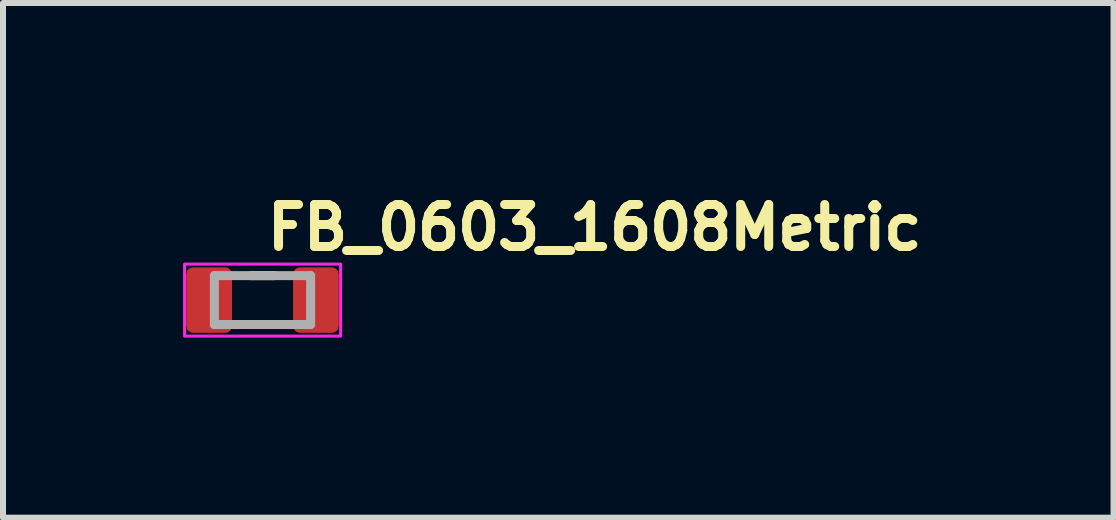
<source format=kicad_pcb>
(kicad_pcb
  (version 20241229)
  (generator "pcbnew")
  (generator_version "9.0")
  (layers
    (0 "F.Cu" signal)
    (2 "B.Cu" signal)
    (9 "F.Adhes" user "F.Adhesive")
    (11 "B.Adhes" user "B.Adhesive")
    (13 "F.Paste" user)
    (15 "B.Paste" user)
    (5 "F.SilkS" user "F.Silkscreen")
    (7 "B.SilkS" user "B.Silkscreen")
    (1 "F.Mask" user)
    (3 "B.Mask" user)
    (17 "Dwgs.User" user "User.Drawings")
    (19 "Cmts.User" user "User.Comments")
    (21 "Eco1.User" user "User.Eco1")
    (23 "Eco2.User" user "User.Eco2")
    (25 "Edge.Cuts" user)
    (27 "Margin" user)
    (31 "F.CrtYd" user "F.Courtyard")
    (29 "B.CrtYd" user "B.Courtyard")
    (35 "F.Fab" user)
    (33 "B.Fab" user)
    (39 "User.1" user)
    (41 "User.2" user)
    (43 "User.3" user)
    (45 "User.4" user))
  (footprint "FB_0603_1608Metric"
    (layer "F.Cu")
    (at 1.325 1.95)
    (property "Reference" "FB_0603_1608Metric" (at 0 -0.8 0) (layer "F.SilkS") (effects (font (size 0.7 0.7) (thickness 0.15)) (justify left bottom)))
    (attr smd)
    (fp_line (start -0.196 -0.408) (end 0.193 -0.408) (stroke (width 0.15) (type solid)) (layer "F.SilkS"))
    (fp_line (start -0.196 0.406) (end 0.193 0.406) (stroke (width 0.15) (type solid)) (layer "F.SilkS"))
    (fp_rect (start -1.3 -0.6) (end 1.3 0.6) (stroke (width 0.05) (type solid)) (fill no) (layer "F.CrtYd"))
    (fp_line (start -0.803 0.406) (end -0.803 -0.408) (stroke (width 0.15) (type solid)) (layer "F.Fab"))
    (fp_line (start 0.8 -0.408) (end -0.803 -0.408) (stroke (width 0.15) (type solid)) (layer "F.Fab"))
    (fp_line (start 0.8 -0.408) (end 0.8 0.406) (stroke (width 0.15) (type solid)) (layer "F.Fab"))
    (fp_line (start 0.8 0.406) (end -0.803 0.406) (stroke (width 0.15) (type solid)) (layer "F.Fab"))
    (fp_rect (start -0.802 -0.402) (end 0.8 0.4) (stroke (width 0.1) (type solid)) (fill no) (layer "User.5"))
    (fp_line (start -0.802 -0.392) (end -0.802 -0.392) (stroke (width 0.02) (type solid)) (layer "User.9"))
    (fp_line (start -0.802 -0.392) (end -0.801 -0.391) (stroke (width 0.02) (type solid)) (layer "User.9"))
    (fp_line (start -0.802 0.39) (end -0.802 -0.392) (stroke (width 0.02) (type solid)) (layer "User.9"))
    (fp_line (start -0.802 0.39) (end -0.802 0.39) (stroke (width 0.02) (type solid)) (layer "User.9"))
    (fp_line (start -0.802 0.39) (end -0.801 0.39) (stroke (width 0.02) (type solid)) (layer "User.9"))
    (fp_line (start -0.801 -0.396) (end -0.801 -0.395) (stroke (width 0.02) (type solid)) (layer "User.9"))
    (fp_line (start -0.801 -0.395) (end -0.801 -0.395) (stroke (width 0.02) (type solid)) (layer "User.9"))
    (fp_line (start -0.801 -0.395) (end -0.801 -0.394) (stroke (width 0.02) (type solid)) (layer "User.9"))
    (fp_line (start -0.801 -0.394) (end -0.801 -0.394) (stroke (width 0.02) (type solid)) (layer "User.9"))
    (fp_line (start -0.801 -0.394) (end -0.801 -0.394) (stroke (width 0.02) (type solid)) (layer "User.9"))
    (fp_line (start -0.801 -0.394) (end -0.801 -0.393) (stroke (width 0.02) (type solid)) (layer "User.9"))
    (fp_line (start -0.801 -0.393) (end -0.801 -0.393) (stroke (width 0.02) (type solid)) (layer "User.9"))
    (fp_line (start -0.801 -0.393) (end -0.801 -0.392) (stroke (width 0.02) (type solid)) (layer "User.9"))
    (fp_line (start -0.801 -0.392) (end -0.802 -0.392) (stroke (width 0.02) (type solid)) (layer "User.9"))
    (fp_line (start -0.801 -0.391) (end -0.801 -0.39) (stroke (width 0.02) (type solid)) (layer "User.9"))
    (fp_line (start -0.801 -0.39) (end -0.801 -0.39) (stroke (width 0.02) (type solid)) (layer "User.9"))
    (fp_line (start -0.801 -0.39) (end -0.801 -0.389) (stroke (width 0.02) (type solid)) (layer "User.9"))
    (fp_line (start -0.801 -0.389) (end -0.801 -0.389) (stroke (width 0.02) (type solid)) (layer "User.9"))
    (fp_line (start -0.801 -0.389) (end -0.801 -0.389) (stroke (width 0.02) (type solid)) (layer "User.9"))
    (fp_line (start -0.801 -0.389) (end -0.801 -0.388) (stroke (width 0.02) (type solid)) (layer "User.9"))
    (fp_line (start -0.801 -0.388) (end -0.801 -0.388) (stroke (width 0.02) (type solid)) (layer "User.9"))
    (fp_line (start -0.801 -0.388) (end -0.801 -0.387) (stroke (width 0.02) (type solid)) (layer "User.9"))
    (fp_line (start -0.801 -0.387) (end -0.8 -0.387) (stroke (width 0.02) (type solid)) (layer "User.9"))
    (fp_line (start -0.801 0.385) (end -0.801 0.386) (stroke (width 0.02) (type solid)) (layer "User.9"))
    (fp_line (start -0.801 0.386) (end -0.801 0.386) (stroke (width 0.02) (type solid)) (layer "User.9"))
    (fp_line (start -0.801 0.386) (end -0.801 0.387) (stroke (width 0.02) (type solid)) (layer "User.9"))
    (fp_line (start -0.801 0.387) (end -0.801 0.387) (stroke (width 0.02) (type solid)) (layer "User.9"))
    (fp_line (start -0.801 0.387) (end -0.801 0.387) (stroke (width 0.02) (type solid)) (layer "User.9"))
    (fp_line (start -0.801 0.387) (end -0.801 0.388) (stroke (width 0.02) (type solid)) (layer "User.9"))
    (fp_line (start -0.801 0.388) (end -0.801 0.388) (stroke (width 0.02) (type solid)) (layer "User.9"))
    (fp_line (start -0.801 0.388) (end -0.801 0.389) (stroke (width 0.02) (type solid)) (layer "User.9"))
    (fp_line (start -0.801 0.389) (end -0.802 0.39) (stroke (width 0.02) (type solid)) (layer "User.9"))
    (fp_line (start -0.801 0.39) (end -0.801 0.391) (stroke (width 0.02) (type solid)) (layer "User.9"))
    (fp_line (start -0.801 0.391) (end -0.801 0.391) (stroke (width 0.02) (type solid)) (layer "User.9"))
    (fp_line (start -0.801 0.391) (end -0.801 0.392) (stroke (width 0.02) (type solid)) (layer "User.9"))
    (fp_line (start -0.801 0.392) (end -0.801 0.392) (stroke (width 0.02) (type solid)) (layer "User.9"))
    (fp_line (start -0.801 0.392) (end -0.801 0.392) (stroke (width 0.02) (type solid)) (layer "User.9"))
    (fp_line (start -0.801 0.392) (end -0.801 0.393) (stroke (width 0.02) (type solid)) (layer "User.9"))
    (fp_line (start -0.801 0.393) (end -0.801 0.393) (stroke (width 0.02) (type solid)) (layer "User.9"))
    (fp_line (start -0.801 0.393) (end -0.801 0.394) (stroke (width 0.02) (type solid)) (layer "User.9"))
    (fp_line (start -0.801 0.394) (end -0.8 0.394) (stroke (width 0.02) (type solid)) (layer "User.9"))
    (fp_line (start -0.8 -0.397) (end -0.8 -0.397) (stroke (width 0.02) (type solid)) (layer "User.9"))
    (fp_line (start -0.8 -0.397) (end -0.8 -0.397) (stroke (width 0.02) (type solid)) (layer "User.9"))
    (fp_line (start -0.8 -0.397) (end -0.8 -0.396) (stroke (width 0.02) (type solid)) (layer "User.9"))
    (fp_line (start -0.8 -0.396) (end -0.801 -0.396) (stroke (width 0.02) (type solid)) (layer "User.9"))
    (fp_line (start -0.8 -0.387) (end -0.8 -0.386) (stroke (width 0.02) (type solid)) (layer "User.9"))
    (fp_line (start -0.8 -0.386) (end -0.8 -0.386) (stroke (width 0.02) (type solid)) (layer "User.9"))
    (fp_line (start -0.8 -0.386) (end -0.8 -0.386) (stroke (width 0.02) (type solid)) (layer "User.9"))
    (fp_line (start -0.8 -0.386) (end -0.799 -0.384) (stroke (width 0.02) (type solid)) (layer "User.9"))
    (fp_line (start -0.8 0.384) (end -0.8 0.384) (stroke (width 0.02) (type solid)) (layer "User.9"))
    (fp_line (start -0.8 0.384) (end -0.8 0.384) (stroke (width 0.02) (type solid)) (layer "User.9"))
    (fp_line (start -0.8 0.384) (end -0.8 0.385) (stroke (width 0.02) (type solid)) (layer "User.9"))
    (fp_line (start -0.8 0.385) (end -0.801 0.385) (stroke (width 0.02) (type solid)) (layer "User.9"))
    (fp_line (start -0.8 0.394) (end -0.8 0.395) (stroke (width 0.02) (type solid)) (layer "User.9"))
    (fp_line (start -0.8 0.395) (end -0.8 0.395) (stroke (width 0.02) (type solid)) (layer "User.9"))
    (fp_line (start -0.8 0.395) (end -0.8 0.395) (stroke (width 0.02) (type solid)) (layer "User.9"))
    (fp_line (start -0.8 0.395) (end -0.799 0.396) (stroke (width 0.02) (type solid)) (layer "User.9"))
    (fp_line (start -0.799 -0.399) (end -0.799 -0.398) (stroke (width 0.02) (type solid)) (layer "User.9"))
    (fp_line (start -0.799 -0.398) (end -0.8 -0.397) (stroke (width 0.02) (type solid)) (layer "User.9"))
    (fp_line (start -0.799 -0.398) (end -0.799 -0.398) (stroke (width 0.02) (type solid)) (layer "User.9"))
    (fp_line (start -0.799 -0.384) (end -0.799 -0.384) (stroke (width 0.02) (type solid)) (layer "User.9"))
    (fp_line (start -0.799 -0.384) (end -0.799 -0.383) (stroke (width 0.02) (type solid)) (layer "User.9"))
    (fp_line (start -0.799 -0.383) (end -0.798 -0.383) (stroke (width 0.02) (type solid)) (layer "User.9"))
    (fp_line (start -0.799 0.381) (end -0.799 0.382) (stroke (width 0.02) (type solid)) (layer "User.9"))
    (fp_line (start -0.799 0.382) (end -0.8 0.384) (stroke (width 0.02) (type solid)) (layer "User.9"))
    (fp_line (start -0.799 0.382) (end -0.799 0.382) (stroke (width 0.02) (type solid)) (layer "User.9"))
    (fp_line (start -0.799 0.396) (end -0.799 0.396) (stroke (width 0.02) (type solid)) (layer "User.9"))
    (fp_line (start -0.799 0.396) (end -0.799 0.397) (stroke (width 0.02) (type solid)) (layer "User.9"))
    (fp_line (start -0.799 0.397) (end -0.798 0.397) (stroke (width 0.02) (type solid)) (layer "User.9"))
    (fp_line (start -0.798 -0.399) (end -0.799 -0.399) (stroke (width 0.02) (type solid)) (layer "User.9"))
    (fp_line (start -0.798 -0.399) (end -0.798 -0.399) (stroke (width 0.02) (type solid)) (layer "User.9"))
    (fp_line (start -0.798 -0.383) (end -0.798 -0.383) (stroke (width 0.02) (type solid)) (layer "User.9"))
    (fp_line (start -0.798 -0.383) (end -0.797 -0.382) (stroke (width 0.02) (type solid)) (layer "User.9"))
    (fp_line (start -0.798 0.381) (end -0.799 0.381) (stroke (width 0.02) (type solid)) (layer "User.9"))
    (fp_line (start -0.798 0.381) (end -0.798 0.381) (stroke (width 0.02) (type solid)) (layer "User.9"))
    (fp_line (start -0.798 0.397) (end -0.798 0.397) (stroke (width 0.02) (type solid)) (layer "User.9"))
    (fp_line (start -0.798 0.397) (end -0.797 0.398) (stroke (width 0.02) (type solid)) (layer "User.9"))
    (fp_line (start -0.797 -0.4) (end -0.798 -0.399) (stroke (width 0.02) (type solid)) (layer "User.9"))
    (fp_line (start -0.797 -0.4) (end -0.797 -0.4) (stroke (width 0.02) (type solid)) (layer "User.9"))
    (fp_line (start -0.797 -0.4) (end -0.797 -0.4) (stroke (width 0.02) (type solid)) (layer "User.9"))
    (fp_line (start -0.797 -0.382) (end -0.797 -0.382) (stroke (width 0.02) (type solid)) (layer "User.9"))
    (fp_line (start -0.797 -0.382) (end -0.797 -0.382) (stroke (width 0.02) (type solid)) (layer "User.9"))
    (fp_line (start -0.797 -0.382) (end -0.796 -0.382) (stroke (width 0.02) (type solid)) (layer "User.9"))
    (fp_line (start -0.797 0.38) (end -0.798 0.381) (stroke (width 0.02) (type solid)) (layer "User.9"))
    (fp_line (start -0.797 0.38) (end -0.797 0.38) (stroke (width 0.02) (type solid)) (layer "User.9"))
    (fp_line (start -0.797 0.38) (end -0.797 0.38) (stroke (width 0.02) (type solid)) (layer "User.9"))
    (fp_line (start -0.797 0.398) (end -0.797 0.398) (stroke (width 0.02) (type solid)) (layer "User.9"))
    (fp_line (start -0.797 0.398) (end -0.797 0.398) (stroke (width 0.02) (type solid)) (layer "User.9"))
    (fp_line (start -0.797 0.398) (end -0.796 0.398) (stroke (width 0.02) (type solid)) (layer "User.9"))
    (fp_line (start -0.796 -0.401) (end -0.796 -0.4) (stroke (width 0.02) (type solid)) (layer "User.9"))
    (fp_line (start -0.796 -0.4) (end -0.797 -0.4) (stroke (width 0.02) (type solid)) (layer "User.9"))
    (fp_line (start -0.796 -0.382) (end -0.796 -0.381) (stroke (width 0.02) (type solid)) (layer "User.9"))
    (fp_line (start -0.796 -0.381) (end -0.795 -0.381) (stroke (width 0.02) (type solid)) (layer "User.9"))
    (fp_line (start -0.796 0.379) (end -0.796 0.38) (stroke (width 0.02) (type solid)) (layer "User.9"))
    (fp_line (start -0.796 0.38) (end -0.797 0.38) (stroke (width 0.02) (type solid)) (layer "User.9"))
    (fp_line (start -0.796 0.398) (end -0.796 0.399) (stroke (width 0.02) (type solid)) (layer "User.9"))
    (fp_line (start -0.796 0.399) (end -0.795 0.399) (stroke (width 0.02) (type solid)) (layer "User.9"))
    (fp_line (start -0.795 -0.401) (end -0.796 -0.401) (stroke (width 0.02) (type solid)) (layer "User.9"))
    (fp_line (start -0.795 -0.401) (end -0.795 -0.401) (stroke (width 0.02) (type solid)) (layer "User.9"))
    (fp_line (start -0.795 -0.381) (end -0.795 -0.381) (stroke (width 0.02) (type solid)) (layer "User.9"))
    (fp_line (start -0.795 -0.381) (end -0.794 -0.381) (stroke (width 0.02) (type solid)) (layer "User.9"))
    (fp_line (start -0.795 0.379) (end -0.796 0.379) (stroke (width 0.02) (type solid)) (layer "User.9"))
    (fp_line (start -0.795 0.379) (end -0.795 0.379) (stroke (width 0.02) (type solid)) (layer "User.9"))
    (fp_line (start -0.795 0.399) (end -0.795 0.399) (stroke (width 0.02) (type solid)) (layer "User.9"))
    (fp_line (start -0.795 0.399) (end -0.794 0.399) (stroke (width 0.02) (type solid)) (layer "User.9"))
    (fp_line (start -0.794 -0.401) (end -0.795 -0.401) (stroke (width 0.02) (type solid)) (layer "User.9"))
    (fp_line (start -0.794 -0.401) (end -0.794 -0.401) (stroke (width 0.02) (type solid)) (layer "User.9"))
    (fp_line (start -0.794 -0.401) (end -0.794 -0.401) (stroke (width 0.02) (type solid)) (layer "User.9"))
    (fp_line (start -0.794 -0.381) (end -0.794 -0.381) (stroke (width 0.02) (type solid)) (layer "User.9"))
    (fp_line (start -0.794 -0.381) (end -0.794 -0.381) (stroke (width 0.02) (type solid)) (layer "User.9"))
    (fp_line (start -0.794 -0.381) (end -0.793 -0.381) (stroke (width 0.02) (type solid)) (layer "User.9"))
    (fp_line (start -0.794 0.379) (end -0.795 0.379) (stroke (width 0.02) (type solid)) (layer "User.9"))
    (fp_line (start -0.794 0.379) (end -0.794 0.379) (stroke (width 0.02) (type solid)) (layer "User.9"))
    (fp_line (start -0.794 0.379) (end -0.794 0.379) (stroke (width 0.02) (type solid)) (layer "User.9"))
    (fp_line (start -0.794 0.399) (end -0.794 0.399) (stroke (width 0.02) (type solid)) (layer "User.9"))
    (fp_line (start -0.794 0.399) (end -0.794 0.399) (stroke (width 0.02) (type solid)) (layer "User.9"))
    (fp_line (start -0.794 0.399) (end -0.793 0.399) (stroke (width 0.02) (type solid)) (layer "User.9"))
    (fp_line (start -0.793 -0.401) (end -0.794 -0.401) (stroke (width 0.02) (type solid)) (layer "User.9"))
    (fp_line (start -0.793 -0.401) (end -0.793 -0.401) (stroke (width 0.02) (type solid)) (layer "User.9"))
    (fp_line (start -0.793 -0.381) (end -0.793 -0.381) (stroke (width 0.02) (type solid)) (layer "User.9"))
    (fp_line (start -0.793 -0.381) (end -0.792 -0.381) (stroke (width 0.02) (type solid)) (layer "User.9"))
    (fp_line (start -0.793 0.379) (end -0.794 0.379) (stroke (width 0.02) (type solid)) (layer "User.9"))
    (fp_line (start -0.793 0.379) (end -0.793 0.379) (stroke (width 0.02) (type solid)) (layer "User.9"))
    (fp_line (start -0.793 0.399) (end -0.793 0.399) (stroke (width 0.02) (type solid)) (layer "User.9"))
    (fp_line (start -0.793 0.399) (end -0.792 0.399) (stroke (width 0.02) (type solid)) (layer "User.9"))
    (fp_line (start -0.792 -0.402) (end -0.792 -0.402) (stroke (width 0.02) (type solid)) (layer "User.9"))
    (fp_line (start -0.792 -0.402) (end -0.792 -0.401) (stroke (width 0.02) (type solid)) (layer "User.9"))
    (fp_line (start -0.792 -0.402) (end -0.777 -0.402) (stroke (width 0.02) (type solid)) (layer "User.9"))
    (fp_line (start -0.792 -0.402) (end -0.772 -0.402) (stroke (width 0.02) (type solid)) (layer "User.9"))
    (fp_line (start -0.792 -0.401) (end -0.793 -0.401) (stroke (width 0.02) (type solid)) (layer "User.9"))
    (fp_line (start -0.792 -0.381) (end -0.792 -0.38) (stroke (width 0.02) (type solid)) (layer "User.9"))
    (fp_line (start -0.792 -0.38) (end -0.792 -0.38) (stroke (width 0.02) (type solid)) (layer "User.9"))
    (fp_line (start -0.792 -0.38) (end -0.791 -0.381) (stroke (width 0.02) (type solid)) (layer "User.9"))
    (fp_line (start -0.792 0.378) (end -0.792 0.378) (stroke (width 0.02) (type solid)) (layer "User.9"))
    (fp_line (start -0.792 0.378) (end -0.792 0.379) (stroke (width 0.02) (type solid)) (layer "User.9"))
    (fp_line (start -0.792 0.379) (end -0.793 0.379) (stroke (width 0.02) (type solid)) (layer "User.9"))
    (fp_line (start -0.792 0.399) (end -0.792 0.4) (stroke (width 0.02) (type solid)) (layer "User.9"))
    (fp_line (start -0.792 0.4) (end -0.792 0.4) (stroke (width 0.02) (type solid)) (layer "User.9"))
    (fp_line (start -0.792 0.4) (end -0.791 0.399) (stroke (width 0.02) (type solid)) (layer "User.9"))
    (fp_line (start -0.792 0.4) (end -0.777 0.4) (stroke (width 0.02) (type solid)) (layer "User.9"))
    (fp_line (start -0.792 0.4) (end -0.772 0.4) (stroke (width 0.02) (type solid)) (layer "User.9"))
    (fp_line (start -0.791 -0.401) (end -0.792 -0.402) (stroke (width 0.02) (type solid)) (layer "User.9"))
    (fp_line (start -0.791 -0.381) (end -0.79 -0.381) (stroke (width 0.02) (type solid)) (layer "User.9"))
    (fp_line (start -0.791 0.379) (end -0.792 0.378) (stroke (width 0.02) (type solid)) (layer "User.9"))
    (fp_line (start -0.791 0.399) (end -0.79 0.399) (stroke (width 0.02) (type solid)) (layer "User.9"))
    (fp_line (start -0.79 -0.401) (end -0.791 -0.401) (stroke (width 0.02) (type solid)) (layer "User.9"))
    (fp_line (start -0.79 -0.401) (end -0.79 -0.401) (stroke (width 0.02) (type solid)) (layer "User.9"))
    (fp_line (start -0.79 -0.381) (end -0.79 -0.381) (stroke (width 0.02) (type solid)) (layer "User.9"))
    (fp_line (start -0.79 -0.381) (end -0.789 -0.381) (stroke (width 0.02) (type solid)) (layer "User.9"))
    (fp_line (start -0.79 0.379) (end -0.791 0.379) (stroke (width 0.02) (type solid)) (layer "User.9"))
    (fp_line (start -0.79 0.379) (end -0.79 0.379) (stroke (width 0.02) (type solid)) (layer "User.9"))
    (fp_line (start -0.79 0.399) (end -0.79 0.399) (stroke (width 0.02) (type solid)) (layer "User.9"))
    (fp_line (start -0.79 0.399) (end -0.789 0.399) (stroke (width 0.02) (type solid)) (layer "User.9"))
    (fp_line (start -0.789 -0.401) (end -0.79 -0.401) (stroke (width 0.02) (type solid)) (layer "User.9"))
    (fp_line (start -0.789 -0.401) (end -0.789 -0.401) (stroke (width 0.02) (type solid)) (layer "User.9"))
    (fp_line (start -0.789 -0.401) (end -0.789 -0.401) (stroke (width 0.02) (type solid)) (layer "User.9"))
    (fp_line (start -0.789 -0.381) (end -0.789 -0.381) (stroke (width 0.02) (type solid)) (layer "User.9"))
    (fp_line (start -0.789 -0.381) (end -0.789 -0.381) (stroke (width 0.02) (type solid)) (layer "User.9"))
    (fp_line (start -0.789 -0.381) (end -0.788 -0.381) (stroke (width 0.02) (type solid)) (layer "User.9"))
    (fp_line (start -0.789 0.379) (end -0.79 0.379) (stroke (width 0.02) (type solid)) (layer "User.9"))
    (fp_line (start -0.789 0.379) (end -0.789 0.379) (stroke (width 0.02) (type solid)) (layer "User.9"))
    (fp_line (start -0.789 0.379) (end -0.789 0.379) (stroke (width 0.02) (type solid)) (layer "User.9"))
    (fp_line (start -0.789 0.399) (end -0.789 0.399) (stroke (width 0.02) (type solid)) (layer "User.9"))
    (fp_line (start -0.789 0.399) (end -0.789 0.399) (stroke (width 0.02) (type solid)) (layer "User.9"))
    (fp_line (start -0.789 0.399) (end -0.788 0.399) (stroke (width 0.02) (type solid)) (layer "User.9"))
    (fp_line (start -0.788 -0.401) (end -0.789 -0.401) (stroke (width 0.02) (type solid)) (layer "User.9"))
    (fp_line (start -0.788 -0.401) (end -0.788 -0.401) (stroke (width 0.02) (type solid)) (layer "User.9"))
    (fp_line (start -0.788 -0.381) (end -0.788 -0.381) (stroke (width 0.02) (type solid)) (layer "User.9"))
    (fp_line (start -0.788 -0.381) (end -0.787 -0.381) (stroke (width 0.02) (type solid)) (layer "User.9"))
    (fp_line (start -0.788 0.379) (end -0.789 0.379) (stroke (width 0.02) (type solid)) (layer "User.9"))
    (fp_line (start -0.788 0.379) (end -0.788 0.379) (stroke (width 0.02) (type solid)) (layer "User.9"))
    (fp_line (start -0.788 0.399) (end -0.788 0.399) (stroke (width 0.02) (type solid)) (layer "User.9"))
    (fp_line (start -0.788 0.399) (end -0.787 0.399) (stroke (width 0.02) (type solid)) (layer "User.9"))
    (fp_line (start -0.787 -0.401) (end -0.788 -0.401) (stroke (width 0.02) (type solid)) (layer "User.9"))
    (fp_line (start -0.787 -0.4) (end -0.787 -0.401) (stroke (width 0.02) (type solid)) (layer "User.9"))
    (fp_line (start -0.787 -0.382) (end -0.786 -0.382) (stroke (width 0.02) (type solid)) (layer "User.9"))
    (fp_line (start -0.787 -0.381) (end -0.787 -0.382) (stroke (width 0.02) (type solid)) (layer "User.9"))
    (fp_line (start -0.787 0.379) (end -0.788 0.379) (stroke (width 0.02) (type solid)) (layer "User.9"))
    (fp_line (start -0.787 0.38) (end -0.787 0.379) (stroke (width 0.02) (type solid)) (layer "User.9"))
    (fp_line (start -0.787 0.398) (end -0.786 0.398) (stroke (width 0.02) (type solid)) (layer "User.9"))
    (fp_line (start -0.787 0.399) (end -0.787 0.398) (stroke (width 0.02) (type solid)) (layer "User.9"))
    (fp_line (start -0.786 -0.4) (end -0.787 -0.4) (stroke (width 0.02) (type solid)) (layer "User.9"))
    (fp_line (start -0.786 -0.4) (end -0.786 -0.4) (stroke (width 0.02) (type solid)) (layer "User.9"))
    (fp_line (start -0.786 -0.4) (end -0.786 -0.4) (stroke (width 0.02) (type solid)) (layer "User.9"))
    (fp_line (start -0.786 -0.382) (end -0.786 -0.382) (stroke (width 0.02) (type solid)) (layer "User.9"))
    (fp_line (start -0.786 -0.382) (end -0.786 -0.382) (stroke (width 0.02) (type solid)) (layer "User.9"))
    (fp_line (start -0.786 -0.382) (end -0.785 -0.383) (stroke (width 0.02) (type solid)) (layer "User.9"))
    (fp_line (start -0.786 0.38) (end -0.787 0.38) (stroke (width 0.02) (type solid)) (layer "User.9"))
    (fp_line (start -0.786 0.38) (end -0.786 0.38) (stroke (width 0.02) (type solid)) (layer "User.9"))
    (fp_line (start -0.786 0.38) (end -0.786 0.38) (stroke (width 0.02) (type solid)) (layer "User.9"))
    (fp_line (start -0.786 0.398) (end -0.786 0.398) (stroke (width 0.02) (type solid)) (layer "User.9"))
    (fp_line (start -0.786 0.398) (end -0.786 0.398) (stroke (width 0.02) (type solid)) (layer "User.9"))
    (fp_line (start -0.786 0.398) (end -0.785 0.397) (stroke (width 0.02) (type solid)) (layer "User.9"))
    (fp_line (start -0.785 -0.399) (end -0.786 -0.4) (stroke (width 0.02) (type solid)) (layer "User.9"))
    (fp_line (start -0.785 -0.399) (end -0.785 -0.399) (stroke (width 0.02) (type solid)) (layer "User.9"))
    (fp_line (start -0.785 -0.383) (end -0.785 -0.383) (stroke (width 0.02) (type solid)) (layer "User.9"))
    (fp_line (start -0.785 -0.383) (end -0.784 -0.383) (stroke (width 0.02) (type solid)) (layer "User.9"))
    (fp_line (start -0.785 0.381) (end -0.786 0.38) (stroke (width 0.02) (type solid)) (layer "User.9"))
    (fp_line (start -0.785 0.381) (end -0.785 0.381) (stroke (width 0.02) (type solid)) (layer "User.9"))
    (fp_line (start -0.785 0.397) (end -0.785 0.397) (stroke (width 0.02) (type solid)) (layer "User.9"))
    (fp_line (start -0.785 0.397) (end -0.784 0.397) (stroke (width 0.02) (type solid)) (layer "User.9"))
    (fp_line (start -0.784 -0.399) (end -0.785 -0.399) (stroke (width 0.02) (type solid)) (layer "User.9"))
    (fp_line (start -0.784 -0.398) (end -0.784 -0.399) (stroke (width 0.02) (type solid)) (layer "User.9"))
    (fp_line (start -0.784 -0.398) (end -0.784 -0.398) (stroke (width 0.02) (type solid)) (layer "User.9"))
    (fp_line (start -0.784 -0.384) (end -0.784 -0.384) (stroke (width 0.02) (type solid)) (layer "User.9"))
    (fp_line (start -0.784 -0.384) (end -0.783 -0.386) (stroke (width 0.02) (type solid)) (layer "User.9"))
    (fp_line (start -0.784 -0.383) (end -0.784 -0.384) (stroke (width 0.02) (type solid)) (layer "User.9"))
    (fp_line (start -0.784 0.381) (end -0.785 0.381) (stroke (width 0.02) (type solid)) (layer "User.9"))
    (fp_line (start -0.784 0.382) (end -0.784 0.381) (stroke (width 0.02) (type solid)) (layer "User.9"))
    (fp_line (start -0.784 0.382) (end -0.784 0.382) (stroke (width 0.02) (type solid)) (layer "User.9"))
    (fp_line (start -0.784 0.396) (end -0.784 0.396) (stroke (width 0.02) (type solid)) (layer "User.9"))
    (fp_line (start -0.784 0.396) (end -0.783 0.395) (stroke (width 0.02) (type solid)) (layer "User.9"))
    (fp_line (start -0.784 0.397) (end -0.784 0.396) (stroke (width 0.02) (type solid)) (layer "User.9"))
    (fp_line (start -0.783 -0.397) (end -0.784 -0.398) (stroke (width 0.02) (type solid)) (layer "User.9"))
    (fp_line (start -0.783 -0.397) (end -0.783 -0.397) (stroke (width 0.02) (type solid)) (layer "User.9"))
    (fp_line (start -0.783 -0.397) (end -0.783 -0.397) (stroke (width 0.02) (type solid)) (layer "User.9"))
    (fp_line (start -0.783 -0.396) (end -0.783 -0.397) (stroke (width 0.02) (type solid)) (layer "User.9"))
    (fp_line (start -0.783 -0.387) (end -0.782 -0.387) (stroke (width 0.02) (type solid)) (layer "User.9"))
    (fp_line (start -0.783 -0.386) (end -0.783 -0.387) (stroke (width 0.02) (type solid)) (layer "User.9"))
    (fp_line (start -0.783 -0.386) (end -0.783 -0.386) (stroke (width 0.02) (type solid)) (layer "User.9"))
    (fp_line (start -0.783 -0.386) (end -0.783 -0.386) (stroke (width 0.02) (type solid)) (layer "User.9"))
    (fp_line (start -0.783 0.384) (end -0.784 0.382) (stroke (width 0.02) (type solid)) (layer "User.9"))
    (fp_line (start -0.783 0.384) (end -0.783 0.384) (stroke (width 0.02) (type solid)) (layer "User.9"))
    (fp_line (start -0.783 0.384) (end -0.783 0.384) (stroke (width 0.02) (type solid)) (layer "User.9"))
    (fp_line (start -0.783 0.385) (end -0.783 0.384) (stroke (width 0.02) (type solid)) (layer "User.9"))
    (fp_line (start -0.783 0.394) (end -0.782 0.394) (stroke (width 0.02) (type solid)) (layer "User.9"))
    (fp_line (start -0.783 0.395) (end -0.783 0.394) (stroke (width 0.02) (type solid)) (layer "User.9"))
    (fp_line (start -0.783 0.395) (end -0.783 0.395) (stroke (width 0.02) (type solid)) (layer "User.9"))
    (fp_line (start -0.783 0.395) (end -0.783 0.395) (stroke (width 0.02) (type solid)) (layer "User.9"))
    (fp_line (start -0.782 -0.396) (end -0.783 -0.396) (stroke (width 0.02) (type solid)) (layer "User.9"))
    (fp_line (start -0.782 -0.395) (end -0.782 -0.396) (stroke (width 0.02) (type solid)) (layer "User.9"))
    (fp_line (start -0.782 -0.395) (end -0.782 -0.395) (stroke (width 0.02) (type solid)) (layer "User.9"))
    (fp_line (start -0.782 -0.394) (end -0.782 -0.395) (stroke (width 0.02) (type solid)) (layer "User.9"))
    (fp_line (start -0.782 -0.394) (end -0.782 -0.394) (stroke (width 0.02) (type solid)) (layer "User.9"))
    (fp_line (start -0.782 -0.394) (end -0.782 -0.394) (stroke (width 0.02) (type solid)) (layer "User.9"))
    (fp_line (start -0.782 -0.393) (end -0.782 -0.394) (stroke (width 0.02) (type solid)) (layer "User.9"))
    (fp_line (start -0.782 -0.393) (end -0.782 -0.393) (stroke (width 0.02) (type solid)) (layer "User.9"))
    (fp_line (start -0.782 -0.392) (end -0.782 -0.393) (stroke (width 0.02) (type solid)) (layer "User.9"))
    (fp_line (start -0.782 -0.392) (end -0.782 -0.392) (stroke (width 0.02) (type solid)) (layer "User.9"))
    (fp_line (start -0.782 -0.392) (end -0.782 -0.392) (stroke (width 0.02) (type solid)) (layer "User.9"))
    (fp_line (start -0.782 -0.392) (end -0.782 -0.392) (stroke (width 0.02) (type solid)) (layer "User.9"))
    (fp_line (start -0.782 -0.391) (end -0.782 -0.392) (stroke (width 0.02) (type solid)) (layer "User.9"))
    (fp_line (start -0.782 -0.39) (end -0.782 -0.391) (stroke (width 0.02) (type solid)) (layer "User.9"))
    (fp_line (start -0.782 -0.39) (end -0.782 -0.39) (stroke (width 0.02) (type solid)) (layer "User.9"))
    (fp_line (start -0.782 -0.389) (end -0.782 -0.39) (stroke (width 0.02) (type solid)) (layer "User.9"))
    (fp_line (start -0.782 -0.389) (end -0.782 -0.389) (stroke (width 0.02) (type solid)) (layer "User.9"))
    (fp_line (start -0.782 -0.389) (end -0.782 -0.389) (stroke (width 0.02) (type solid)) (layer "User.9"))
    (fp_line (start -0.782 -0.388) (end -0.782 -0.389) (stroke (width 0.02) (type solid)) (layer "User.9"))
    (fp_line (start -0.782 -0.388) (end -0.782 -0.388) (stroke (width 0.02) (type solid)) (layer "User.9"))
    (fp_line (start -0.782 -0.387) (end -0.782 -0.388) (stroke (width 0.02) (type solid)) (layer "User.9"))
    (fp_line (start -0.782 0.385) (end -0.783 0.385) (stroke (width 0.02) (type solid)) (layer "User.9"))
    (fp_line (start -0.782 0.386) (end -0.782 0.385) (stroke (width 0.02) (type solid)) (layer "User.9"))
    (fp_line (start -0.782 0.386) (end -0.782 0.386) (stroke (width 0.02) (type solid)) (layer "User.9"))
    (fp_line (start -0.782 0.387) (end -0.782 0.386) (stroke (width 0.02) (type solid)) (layer "User.9"))
    (fp_line (start -0.782 0.387) (end -0.782 0.387) (stroke (width 0.02) (type solid)) (layer "User.9"))
    (fp_line (start -0.782 0.387) (end -0.782 0.387) (stroke (width 0.02) (type solid)) (layer "User.9"))
    (fp_line (start -0.782 0.388) (end -0.782 0.387) (stroke (width 0.02) (type solid)) (layer "User.9"))
    (fp_line (start -0.782 0.388) (end -0.782 0.388) (stroke (width 0.02) (type solid)) (layer "User.9"))
    (fp_line (start -0.782 0.389) (end -0.782 0.388) (stroke (width 0.02) (type solid)) (layer "User.9"))
    (fp_line (start -0.782 0.39) (end -0.782 0.389) (stroke (width 0.02) (type solid)) (layer "User.9"))
    (fp_line (start -0.782 0.39) (end -0.782 0.39) (stroke (width 0.02) (type solid)) (layer "User.9"))
    (fp_line (start -0.782 0.39) (end -0.782 0.39) (stroke (width 0.02) (type solid)) (layer "User.9"))
    (fp_line (start -0.782 0.39) (end -0.782 0.39) (stroke (width 0.02) (type solid)) (layer "User.9"))
    (fp_line (start -0.782 0.391) (end -0.782 0.39) (stroke (width 0.02) (type solid)) (layer "User.9"))
    (fp_line (start -0.782 0.391) (end -0.782 0.391) (stroke (width 0.02) (type solid)) (layer "User.9"))
    (fp_line (start -0.782 0.392) (end -0.782 0.391) (stroke (width 0.02) (type solid)) (layer "User.9"))
    (fp_line (start -0.782 0.392) (end -0.782 0.392) (stroke (width 0.02) (type solid)) (layer "User.9"))
    (fp_line (start -0.782 0.392) (end -0.782 0.392) (stroke (width 0.02) (type solid)) (layer "User.9"))
    (fp_line (start -0.782 0.393) (end -0.782 0.392) (stroke (width 0.02) (type solid)) (layer "User.9"))
    (fp_line (start -0.782 0.393) (end -0.782 0.393) (stroke (width 0.02) (type solid)) (layer "User.9"))
    (fp_line (start -0.782 0.394) (end -0.782 0.393) (stroke (width 0.02) (type solid)) (layer "User.9"))
    (fp_line (start -0.777 -0.402) (end -0.772 -0.402) (stroke (width 0.02) (type solid)) (layer "User.9"))
    (fp_line (start -0.777 -0.402) (end -0.772 -0.402) (stroke (width 0.02) (type solid)) (layer "User.9"))
    (fp_line (start -0.772 -0.402) (end -0.792 -0.402) (stroke (width 0.02) (type solid)) (layer "User.9"))
    (fp_line (start -0.772 -0.402) (end -0.6 -0.402) (stroke (width 0.02) (type solid)) (layer "User.9"))
    (fp_line (start -0.772 0.4) (end -0.792 0.4) (stroke (width 0.02) (type solid)) (layer "User.9"))
    (fp_line (start -0.6 -0.402) (end -0.59 -0.392) (stroke (width 0.02) (type solid)) (layer "User.9"))
    (fp_line (start -0.6 -0.402) (end 0.598 -0.402) (stroke (width 0.02) (type solid)) (layer "User.9"))
    (fp_line (start -0.6 0.4) (end -0.772 0.4) (stroke (width 0.02) (type solid)) (layer "User.9"))
    (fp_line (start -0.6 0.4) (end -0.6 -0.402) (stroke (width 0.02) (type solid)) (layer "User.9"))
    (fp_line (start -0.59 0.39) (end -0.6 0.4) (stroke (width 0.02) (type solid)) (layer "User.9"))
    (fp_line (start 0.588 -0.392) (end 0.598 -0.402) (stroke (width 0.02) (type solid)) (layer "User.9"))
    (fp_line (start 0.588 0.39) (end 0.598 0.4) (stroke (width 0.02) (type solid)) (layer "User.9"))
    (fp_line (start 0.598 -0.402) (end 0.598 0.4) (stroke (width 0.02) (type solid)) (layer "User.9"))
    (fp_line (start 0.598 -0.402) (end 0.77 -0.402) (stroke (width 0.02) (type solid)) (layer "User.9"))
    (fp_line (start 0.598 0.4) (end -0.6 0.4) (stroke (width 0.02) (type solid)) (layer "User.9"))
    (fp_line (start 0.77 -0.402) (end 0.775 -0.402) (stroke (width 0.02) (type solid)) (layer "User.9"))
    (fp_line (start 0.77 -0.402) (end 0.79 -0.402) (stroke (width 0.02) (type solid)) (layer "User.9"))
    (fp_line (start 0.77 0.4) (end 0.598 0.4) (stroke (width 0.02) (type solid)) (layer "User.9"))
    (fp_line (start 0.77 0.4) (end 0.79 0.4) (stroke (width 0.02) (type solid)) (layer "User.9"))
    (fp_line (start 0.775 -0.402) (end 0.77 -0.402) (stroke (width 0.02) (type solid)) (layer "User.9"))
    (fp_line (start 0.775 -0.402) (end 0.79 -0.402) (stroke (width 0.02) (type solid)) (layer "User.9"))
    (fp_line (start 0.775 0.4) (end 0.77 0.4) (stroke (width 0.02) (type solid)) (layer "User.9"))
    (fp_line (start 0.775 0.4) (end 0.77 0.4) (stroke (width 0.02) (type solid)) (layer "User.9"))
    (fp_line (start 0.78 -0.396) (end 0.78 -0.395) (stroke (width 0.02) (type solid)) (layer "User.9"))
    (fp_line (start 0.78 -0.395) (end 0.78 -0.395) (stroke (width 0.02) (type solid)) (layer "User.9"))
    (fp_line (start 0.78 -0.395) (end 0.78 -0.394) (stroke (width 0.02) (type solid)) (layer "User.9"))
    (fp_line (start 0.78 -0.394) (end 0.78 -0.394) (stroke (width 0.02) (type solid)) (layer "User.9"))
    (fp_line (start 0.78 -0.394) (end 0.78 -0.394) (stroke (width 0.02) (type solid)) (layer "User.9"))
    (fp_line (start 0.78 -0.394) (end 0.78 -0.393) (stroke (width 0.02) (type solid)) (layer "User.9"))
    (fp_line (start 0.78 -0.393) (end 0.78 -0.393) (stroke (width 0.02) (type solid)) (layer "User.9"))
    (fp_line (start 0.78 -0.393) (end 0.78 -0.392) (stroke (width 0.02) (type solid)) (layer "User.9"))
    (fp_line (start 0.78 -0.392) (end 0.78 -0.392) (stroke (width 0.02) (type solid)) (layer "User.9"))
    (fp_line (start 0.78 -0.392) (end 0.78 -0.392) (stroke (width 0.02) (type solid)) (layer "User.9"))
    (fp_line (start 0.78 -0.392) (end 0.78 -0.391) (stroke (width 0.02) (type solid)) (layer "User.9"))
    (fp_line (start 0.78 -0.391) (end 0.78 -0.39) (stroke (width 0.02) (type solid)) (layer "User.9"))
    (fp_line (start 0.78 -0.39) (end 0.78 -0.39) (stroke (width 0.02) (type solid)) (layer "User.9"))
    (fp_line (start 0.78 -0.39) (end 0.78 -0.389) (stroke (width 0.02) (type solid)) (layer "User.9"))
    (fp_line (start 0.78 -0.389) (end 0.78 -0.389) (stroke (width 0.02) (type solid)) (layer "User.9"))
    (fp_line (start 0.78 -0.389) (end 0.78 -0.389) (stroke (width 0.02) (type solid)) (layer "User.9"))
    (fp_line (start 0.78 -0.389) (end 0.78 -0.388) (stroke (width 0.02) (type solid)) (layer "User.9"))
    (fp_line (start 0.78 -0.388) (end 0.78 -0.388) (stroke (width 0.02) (type solid)) (layer "User.9"))
    (fp_line (start 0.78 -0.388) (end 0.78 -0.387) (stroke (width 0.02) (type solid)) (layer "User.9"))
    (fp_line (start 0.78 -0.387) (end 0.781 -0.387) (stroke (width 0.02) (type solid)) (layer "User.9"))
    (fp_line (start 0.78 0.385) (end 0.78 0.386) (stroke (width 0.02) (type solid)) (layer "User.9"))
    (fp_line (start 0.78 0.386) (end 0.78 0.386) (stroke (width 0.02) (type solid)) (layer "User.9"))
    (fp_line (start 0.78 0.386) (end 0.78 0.387) (stroke (width 0.02) (type solid)) (layer "User.9"))
    (fp_line (start 0.78 0.387) (end 0.78 0.387) (stroke (width 0.02) (type solid)) (layer "User.9"))
    (fp_line (start 0.78 0.387) (end 0.78 0.387) (stroke (width 0.02) (type solid)) (layer "User.9"))
    (fp_line (start 0.78 0.387) (end 0.78 0.388) (stroke (width 0.02) (type solid)) (layer "User.9"))
    (fp_line (start 0.78 0.388) (end 0.78 0.388) (stroke (width 0.02) (type solid)) (layer "User.9"))
    (fp_line (start 0.78 0.388) (end 0.78 0.389) (stroke (width 0.02) (type solid)) (layer "User.9"))
    (fp_line (start 0.78 0.389) (end 0.78 0.39) (stroke (width 0.02) (type solid)) (layer "User.9"))
    (fp_line (start 0.78 0.39) (end 0.78 0.39) (stroke (width 0.02) (type solid)) (layer "User.9"))
    (fp_line (start 0.78 0.39) (end 0.78 0.39) (stroke (width 0.02) (type solid)) (layer "User.9"))
    (fp_line (start 0.78 0.39) (end 0.78 0.391) (stroke (width 0.02) (type solid)) (layer "User.9"))
    (fp_line (start 0.78 0.391) (end 0.78 0.391) (stroke (width 0.02) (type solid)) (layer "User.9"))
    (fp_line (start 0.78 0.391) (end 0.78 0.392) (stroke (width 0.02) (type solid)) (layer "User.9"))
    (fp_line (start 0.78 0.392) (end 0.78 0.392) (stroke (width 0.02) (type solid)) (layer "User.9"))
    (fp_line (start 0.78 0.392) (end 0.78 0.392) (stroke (width 0.02) (type solid)) (layer "User.9"))
    (fp_line (start 0.78 0.392) (end 0.78 0.393) (stroke (width 0.02) (type solid)) (layer "User.9"))
    (fp_line (start 0.78 0.393) (end 0.78 0.393) (stroke (width 0.02) (type solid)) (layer "User.9"))
    (fp_line (start 0.78 0.393) (end 0.78 0.394) (stroke (width 0.02) (type solid)) (layer "User.9"))
    (fp_line (start 0.78 0.394) (end 0.781 0.394) (stroke (width 0.02) (type solid)) (layer "User.9"))
    (fp_line (start 0.781 -0.397) (end 0.781 -0.397) (stroke (width 0.02) (type solid)) (layer "User.9"))
    (fp_line (start 0.781 -0.397) (end 0.781 -0.397) (stroke (width 0.02) (type solid)) (layer "User.9"))
    (fp_line (start 0.781 -0.397) (end 0.781 -0.396) (stroke (width 0.02) (type solid)) (layer "User.9"))
    (fp_line (start 0.781 -0.396) (end 0.78 -0.396) (stroke (width 0.02) (type solid)) (layer "User.9"))
    (fp_line (start 0.781 -0.387) (end 0.781 -0.386) (stroke (width 0.02) (type solid)) (layer "User.9"))
    (fp_line (start 0.781 -0.386) (end 0.781 -0.386) (stroke (width 0.02) (type solid)) (layer "User.9"))
    (fp_line (start 0.781 -0.386) (end 0.781 -0.386) (stroke (width 0.02) (type solid)) (layer "User.9"))
    (fp_line (start 0.781 -0.386) (end 0.782 -0.384) (stroke (width 0.02) (type solid)) (layer "User.9"))
    (fp_line (start 0.781 0.384) (end 0.781 0.384) (stroke (width 0.02) (type solid)) (layer "User.9"))
    (fp_line (start 0.781 0.384) (end 0.781 0.384) (stroke (width 0.02) (type solid)) (layer "User.9"))
    (fp_line (start 0.781 0.384) (end 0.781 0.385) (stroke (width 0.02) (type solid)) (layer "User.9"))
    (fp_line (start 0.781 0.385) (end 0.78 0.385) (stroke (width 0.02) (type solid)) (layer "User.9"))
    (fp_line (start 0.781 0.394) (end 0.781 0.395) (stroke (width 0.02) (type solid)) (layer "User.9"))
    (fp_line (start 0.781 0.395) (end 0.781 0.395) (stroke (width 0.02) (type solid)) (layer "User.9"))
    (fp_line (start 0.781 0.395) (end 0.781 0.395) (stroke (width 0.02) (type solid)) (layer "User.9"))
    (fp_line (start 0.781 0.395) (end 0.782 0.396) (stroke (width 0.02) (type solid)) (layer "User.9"))
    (fp_line (start 0.782 -0.399) (end 0.782 -0.398) (stroke (width 0.02) (type solid)) (layer "User.9"))
    (fp_line (start 0.782 -0.398) (end 0.781 -0.397) (stroke (width 0.02) (type solid)) (layer "User.9"))
    (fp_line (start 0.782 -0.398) (end 0.782 -0.398) (stroke (width 0.02) (type solid)) (layer "User.9"))
    (fp_line (start 0.782 -0.384) (end 0.782 -0.384) (stroke (width 0.02) (type solid)) (layer "User.9"))
    (fp_line (start 0.782 -0.384) (end 0.782 -0.383) (stroke (width 0.02) (type solid)) (layer "User.9"))
    (fp_line (start 0.782 -0.383) (end 0.783 -0.383) (stroke (width 0.02) (type solid)) (layer "User.9"))
    (fp_line (start 0.782 0.381) (end 0.782 0.382) (stroke (width 0.02) (type solid)) (layer "User.9"))
    (fp_line (start 0.782 0.382) (end 0.781 0.384) (stroke (width 0.02) (type solid)) (layer "User.9"))
    (fp_line (start 0.782 0.382) (end 0.782 0.382) (stroke (width 0.02) (type solid)) (layer "User.9"))
    (fp_line (start 0.782 0.396) (end 0.782 0.396) (stroke (width 0.02) (type solid)) (layer "User.9"))
    (fp_line (start 0.782 0.396) (end 0.782 0.397) (stroke (width 0.02) (type solid)) (layer "User.9"))
    (fp_line (start 0.782 0.397) (end 0.783 0.397) (stroke (width 0.02) (type solid)) (layer "User.9"))
    (fp_line (start 0.783 -0.399) (end 0.782 -0.399) (stroke (width 0.02) (type solid)) (layer "User.9"))
    (fp_line (start 0.783 -0.399) (end 0.783 -0.399) (stroke (width 0.02) (type solid)) (layer "User.9"))
    (fp_line (start 0.783 -0.383) (end 0.783 -0.383) (stroke (width 0.02) (type solid)) (layer "User.9"))
    (fp_line (start 0.783 -0.383) (end 0.784 -0.382) (stroke (width 0.02) (type solid)) (layer "User.9"))
    (fp_line (start 0.783 0.381) (end 0.782 0.381) (stroke (width 0.02) (type solid)) (layer "User.9"))
    (fp_line (start 0.783 0.381) (end 0.783 0.381) (stroke (width 0.02) (type solid)) (layer "User.9"))
    (fp_line (start 0.783 0.397) (end 0.783 0.397) (stroke (width 0.02) (type solid)) (layer "User.9"))
    (fp_line (start 0.783 0.397) (end 0.784 0.398) (stroke (width 0.02) (type solid)) (layer "User.9"))
    (fp_line (start 0.784 -0.4) (end 0.783 -0.399) (stroke (width 0.02) (type solid)) (layer "User.9"))
    (fp_line (start 0.784 -0.4) (end 0.784 -0.4) (stroke (width 0.02) (type solid)) (layer "User.9"))
    (fp_line (start 0.784 -0.4) (end 0.784 -0.4) (stroke (width 0.02) (type solid)) (layer "User.9"))
    (fp_line (start 0.784 -0.382) (end 0.784 -0.382) (stroke (width 0.02) (type solid)) (layer "User.9"))
    (fp_line (start 0.784 -0.382) (end 0.784 -0.382) (stroke (width 0.02) (type solid)) (layer "User.9"))
    (fp_line (start 0.784 -0.382) (end 0.785 -0.382) (stroke (width 0.02) (type solid)) (layer "User.9"))
    (fp_line (start 0.784 0.38) (end 0.783 0.381) (stroke (width 0.02) (type solid)) (layer "User.9"))
    (fp_line (start 0.784 0.38) (end 0.784 0.38) (stroke (width 0.02) (type solid)) (layer "User.9"))
    (fp_line (start 0.784 0.38) (end 0.784 0.38) (stroke (width 0.02) (type solid)) (layer "User.9"))
    (fp_line (start 0.784 0.398) (end 0.784 0.398) (stroke (width 0.02) (type solid)) (layer "User.9"))
    (fp_line (start 0.784 0.398) (end 0.784 0.398) (stroke (width 0.02) (type solid)) (layer "User.9"))
    (fp_line (start 0.784 0.398) (end 0.785 0.398) (stroke (width 0.02) (type solid)) (layer "User.9"))
    (fp_line (start 0.785 -0.401) (end 0.785 -0.4) (stroke (width 0.02) (type solid)) (layer "User.9"))
    (fp_line (start 0.785 -0.4) (end 0.784 -0.4) (stroke (width 0.02) (type solid)) (layer "User.9"))
    (fp_line (start 0.785 -0.382) (end 0.785 -0.381) (stroke (width 0.02) (type solid)) (layer "User.9"))
    (fp_line (start 0.785 -0.381) (end 0.786 -0.381) (stroke (width 0.02) (type solid)) (layer "User.9"))
    (fp_line (start 0.785 0.379) (end 0.785 0.38) (stroke (width 0.02) (type solid)) (layer "User.9"))
    (fp_line (start 0.785 0.38) (end 0.784 0.38) (stroke (width 0.02) (type solid)) (layer "User.9"))
    (fp_line (start 0.785 0.398) (end 0.785 0.399) (stroke (width 0.02) (type solid)) (layer "User.9"))
    (fp_line (start 0.785 0.399) (end 0.786 0.399) (stroke (width 0.02) (type solid)) (layer "User.9"))
    (fp_line (start 0.786 -0.401) (end 0.785 -0.401) (stroke (width 0.02) (type solid)) (layer "User.9"))
    (fp_line (start 0.786 -0.401) (end 0.786 -0.401) (stroke (width 0.02) (type solid)) (layer "User.9"))
    (fp_line (start 0.786 -0.381) (end 0.786 -0.381) (stroke (width 0.02) (type solid)) (layer "User.9"))
    (fp_line (start 0.786 -0.381) (end 0.787 -0.381) (stroke (width 0.02) (type solid)) (layer "User.9"))
    (fp_line (start 0.786 0.379) (end 0.785 0.379) (stroke (width 0.02) (type solid)) (layer "User.9"))
    (fp_line (start 0.786 0.379) (end 0.786 0.379) (stroke (width 0.02) (type solid)) (layer "User.9"))
    (fp_line (start 0.786 0.399) (end 0.786 0.399) (stroke (width 0.02) (type solid)) (layer "User.9"))
    (fp_line (start 0.786 0.399) (end 0.787 0.399) (stroke (width 0.02) (type solid)) (layer "User.9"))
    (fp_line (start 0.787 -0.401) (end 0.786 -0.401) (stroke (width 0.02) (type solid)) (layer "User.9"))
    (fp_line (start 0.787 -0.401) (end 0.787 -0.401) (stroke (width 0.02) (type solid)) (layer "User.9"))
    (fp_line (start 0.787 -0.401) (end 0.787 -0.401) (stroke (width 0.02) (type solid)) (layer "User.9"))
    (fp_line (start 0.787 -0.381) (end 0.787 -0.381) (stroke (width 0.02) (type solid)) (layer "User.9"))
    (fp_line (start 0.787 -0.381) (end 0.787 -0.381) (stroke (width 0.02) (type solid)) (layer "User.9"))
    (fp_line (start 0.787 -0.381) (end 0.788 -0.381) (stroke (width 0.02) (type solid)) (layer "User.9"))
    (fp_line (start 0.787 0.379) (end 0.786 0.379) (stroke (width 0.02) (type solid)) (layer "User.9"))
    (fp_line (start 0.787 0.379) (end 0.787 0.379) (stroke (width 0.02) (type solid)) (layer "User.9"))
    (fp_line (start 0.787 0.379) (end 0.787 0.379) (stroke (width 0.02) (type solid)) (layer "User.9"))
    (fp_line (start 0.787 0.399) (end 0.787 0.399) (stroke (width 0.02) (type solid)) (layer "User.9"))
    (fp_line (start 0.787 0.399) (end 0.787 0.399) (stroke (width 0.02) (type solid)) (layer "User.9"))
    (fp_line (start 0.787 0.399) (end 0.788 0.399) (stroke (width 0.02) (type solid)) (layer "User.9"))
    (fp_line (start 0.788 -0.401) (end 0.787 -0.401) (stroke (width 0.02) (type solid)) (layer "User.9"))
    (fp_line (start 0.788 -0.401) (end 0.788 -0.401) (stroke (width 0.02) (type solid)) (layer "User.9"))
    (fp_line (start 0.788 -0.381) (end 0.788 -0.381) (stroke (width 0.02) (type solid)) (layer "User.9"))
    (fp_line (start 0.788 -0.381) (end 0.789 -0.381) (stroke (width 0.02) (type solid)) (layer "User.9"))
    (fp_line (start 0.788 0.379) (end 0.787 0.379) (stroke (width 0.02) (type solid)) (layer "User.9"))
    (fp_line (start 0.788 0.379) (end 0.788 0.379) (stroke (width 0.02) (type solid)) (layer "User.9"))
    (fp_line (start 0.788 0.399) (end 0.788 0.399) (stroke (width 0.02) (type solid)) (layer "User.9"))
    (fp_line (start 0.788 0.399) (end 0.789 0.399) (stroke (width 0.02) (type solid)) (layer "User.9"))
    (fp_line (start 0.789 -0.401) (end 0.788 -0.401) (stroke (width 0.02) (type solid)) (layer "User.9"))
    (fp_line (start 0.789 -0.381) (end 0.79 -0.38) (stroke (width 0.02) (type solid)) (layer "User.9"))
    (fp_line (start 0.789 0.379) (end 0.788 0.379) (stroke (width 0.02) (type solid)) (layer "User.9"))
    (fp_line (start 0.789 0.399) (end 0.79 0.4) (stroke (width 0.02) (type solid)) (layer "User.9"))
    (fp_line (start 0.79 -0.402) (end 0.77 -0.402) (stroke (width 0.02) (type solid)) (layer "User.9"))
    (fp_line (start 0.79 -0.402) (end 0.775 -0.402) (stroke (width 0.02) (type solid)) (layer "User.9"))
    (fp_line (start 0.79 -0.402) (end 0.789 -0.401) (stroke (width 0.02) (type solid)) (layer "User.9"))
    (fp_line (start 0.79 -0.402) (end 0.79 -0.402) (stroke (width 0.02) (type solid)) (layer "User.9"))
    (fp_line (start 0.79 -0.401) (end 0.79 -0.402) (stroke (width 0.02) (type solid)) (layer "User.9"))
    (fp_line (start 0.79 -0.381) (end 0.791 -0.381) (stroke (width 0.02) (type solid)) (layer "User.9"))
    (fp_line (start 0.79 -0.38) (end 0.79 -0.381) (stroke (width 0.02) (type solid)) (layer "User.9"))
    (fp_line (start 0.79 -0.38) (end 0.79 -0.38) (stroke (width 0.02) (type solid)) (layer "User.9"))
    (fp_line (start 0.79 0.378) (end 0.789 0.379) (stroke (width 0.02) (type solid)) (layer "User.9"))
    (fp_line (start 0.79 0.378) (end 0.79 0.378) (stroke (width 0.02) (type solid)) (layer "User.9"))
    (fp_line (start 0.79 0.379) (end 0.79 0.378) (stroke (width 0.02) (type solid)) (layer "User.9"))
    (fp_line (start 0.79 0.399) (end 0.791 0.399) (stroke (width 0.02) (type solid)) (layer "User.9"))
    (fp_line (start 0.79 0.4) (end 0.77 0.4) (stroke (width 0.02) (type solid)) (layer "User.9"))
    (fp_line (start 0.79 0.4) (end 0.775 0.4) (stroke (width 0.02) (type solid)) (layer "User.9"))
    (fp_line (start 0.79 0.4) (end 0.79 0.399) (stroke (width 0.02) (type solid)) (layer "User.9"))
    (fp_line (start 0.79 0.4) (end 0.79 0.4) (stroke (width 0.02) (type solid)) (layer "User.9"))
    (fp_line (start 0.791 -0.401) (end 0.79 -0.401) (stroke (width 0.02) (type solid)) (layer "User.9"))
    (fp_line (start 0.791 -0.401) (end 0.791 -0.401) (stroke (width 0.02) (type solid)) (layer "User.9"))
    (fp_line (start 0.791 -0.381) (end 0.791 -0.381) (stroke (width 0.02) (type solid)) (layer "User.9"))
    (fp_line (start 0.791 -0.381) (end 0.792 -0.381) (stroke (width 0.02) (type solid)) (layer "User.9"))
    (fp_line (start 0.791 0.379) (end 0.79 0.379) (stroke (width 0.02) (type solid)) (layer "User.9"))
    (fp_line (start 0.791 0.379) (end 0.791 0.379) (stroke (width 0.02) (type solid)) (layer "User.9"))
    (fp_line (start 0.791 0.399) (end 0.791 0.399) (stroke (width 0.02) (type solid)) (layer "User.9"))
    (fp_line (start 0.791 0.399) (end 0.792 0.399) (stroke (width 0.02) (type solid)) (layer "User.9"))
    (fp_line (start 0.792 -0.401) (end 0.791 -0.401) (stroke (width 0.02) (type solid)) (layer "User.9"))
    (fp_line (start 0.792 -0.401) (end 0.792 -0.401) (stroke (width 0.02) (type solid)) (layer "User.9"))
    (fp_line (start 0.792 -0.401) (end 0.792 -0.401) (stroke (width 0.02) (type solid)) (layer "User.9"))
    (fp_line (start 0.792 -0.381) (end 0.792 -0.381) (stroke (width 0.02) (type solid)) (layer "User.9"))
    (fp_line (start 0.792 -0.381) (end 0.792 -0.381) (stroke (width 0.02) (type solid)) (layer "User.9"))
    (fp_line (start 0.792 -0.381) (end 0.793 -0.381) (stroke (width 0.02) (type solid)) (layer "User.9"))
    (fp_line (start 0.792 0.379) (end 0.791 0.379) (stroke (width 0.02) (type solid)) (layer "User.9"))
    (fp_line (start 0.792 0.379) (end 0.792 0.379) (stroke (width 0.02) (type solid)) (layer "User.9"))
    (fp_line (start 0.792 0.379) (end 0.792 0.379) (stroke (width 0.02) (type solid)) (layer "User.9"))
    (fp_line (start 0.792 0.399) (end 0.792 0.399) (stroke (width 0.02) (type solid)) (layer "User.9"))
    (fp_line (start 0.792 0.399) (end 0.792 0.399) (stroke (width 0.02) (type solid)) (layer "User.9"))
    (fp_line (start 0.792 0.399) (end 0.793 0.399) (stroke (width 0.02) (type solid)) (layer "User.9"))
    (fp_line (start 0.793 -0.401) (end 0.792 -0.401) (stroke (width 0.02) (type solid)) (layer "User.9"))
    (fp_line (start 0.793 -0.401) (end 0.793 -0.401) (stroke (width 0.02) (type solid)) (layer "User.9"))
    (fp_line (start 0.793 -0.381) (end 0.793 -0.381) (stroke (width 0.02) (type solid)) (layer "User.9"))
    (fp_line (start 0.793 -0.381) (end 0.794 -0.381) (stroke (width 0.02) (type solid)) (layer "User.9"))
    (fp_line (start 0.793 0.379) (end 0.792 0.379) (stroke (width 0.02) (type solid)) (layer "User.9"))
    (fp_line (start 0.793 0.379) (end 0.793 0.379) (stroke (width 0.02) (type solid)) (layer "User.9"))
    (fp_line (start 0.793 0.399) (end 0.793 0.399) (stroke (width 0.02) (type solid)) (layer "User.9"))
    (fp_line (start 0.793 0.399) (end 0.794 0.399) (stroke (width 0.02) (type solid)) (layer "User.9"))
    (fp_line (start 0.794 -0.401) (end 0.793 -0.401) (stroke (width 0.02) (type solid)) (layer "User.9"))
    (fp_line (start 0.794 -0.4) (end 0.794 -0.401) (stroke (width 0.02) (type solid)) (layer "User.9"))
    (fp_line (start 0.794 -0.382) (end 0.795 -0.382) (stroke (width 0.02) (type solid)) (layer "User.9"))
    (fp_line (start 0.794 -0.381) (end 0.794 -0.382) (stroke (width 0.02) (type solid)) (layer "User.9"))
    (fp_line (start 0.794 0.379) (end 0.793 0.379) (stroke (width 0.02) (type solid)) (layer "User.9"))
    (fp_line (start 0.794 0.38) (end 0.794 0.379) (stroke (width 0.02) (type solid)) (layer "User.9"))
    (fp_line (start 0.794 0.398) (end 0.795 0.398) (stroke (width 0.02) (type solid)) (layer "User.9"))
    (fp_line (start 0.794 0.399) (end 0.794 0.398) (stroke (width 0.02) (type solid)) (layer "User.9"))
    (fp_line (start 0.795 -0.4) (end 0.794 -0.4) (stroke (width 0.02) (type solid)) (layer "User.9"))
    (fp_line (start 0.795 -0.4) (end 0.795 -0.4) (stroke (width 0.02) (type solid)) (layer "User.9"))
    (fp_line (start 0.795 -0.4) (end 0.795 -0.4) (stroke (width 0.02) (type solid)) (layer "User.9"))
    (fp_line (start 0.795 -0.382) (end 0.795 -0.382) (stroke (width 0.02) (type solid)) (layer "User.9"))
    (fp_line (start 0.795 -0.382) (end 0.795 -0.382) (stroke (width 0.02) (type solid)) (layer "User.9"))
    (fp_line (start 0.795 -0.382) (end 0.796 -0.383) (stroke (width 0.02) (type solid)) (layer "User.9"))
    (fp_line (start 0.795 0.38) (end 0.794 0.38) (stroke (width 0.02) (type solid)) (layer "User.9"))
    (fp_line (start 0.795 0.38) (end 0.795 0.38) (stroke (width 0.02) (type solid)) (layer "User.9"))
    (fp_line (start 0.795 0.38) (end 0.795 0.38) (stroke (width 0.02) (type solid)) (layer "User.9"))
    (fp_line (start 0.795 0.398) (end 0.795 0.398) (stroke (width 0.02) (type solid)) (layer "User.9"))
    (fp_line (start 0.795 0.398) (end 0.795 0.398) (stroke (width 0.02) (type solid)) (layer "User.9"))
    (fp_line (start 0.795 0.398) (end 0.796 0.397) (stroke (width 0.02) (type solid)) (layer "User.9"))
    (fp_line (start 0.796 -0.399) (end 0.795 -0.4) (stroke (width 0.02) (type solid)) (layer "User.9"))
    (fp_line (start 0.796 -0.399) (end 0.796 -0.399) (stroke (width 0.02) (type solid)) (layer "User.9"))
    (fp_line (start 0.796 -0.383) (end 0.796 -0.383) (stroke (width 0.02) (type solid)) (layer "User.9"))
    (fp_line (start 0.796 -0.383) (end 0.797 -0.383) (stroke (width 0.02) (type solid)) (layer "User.9"))
    (fp_line (start 0.796 0.381) (end 0.795 0.38) (stroke (width 0.02) (type solid)) (layer "User.9"))
    (fp_line (start 0.796 0.381) (end 0.796 0.381) (stroke (width 0.02) (type solid)) (layer "User.9"))
    (fp_line (start 0.796 0.397) (end 0.796 0.397) (stroke (width 0.02) (type solid)) (layer "User.9"))
    (fp_line (start 0.796 0.397) (end 0.797 0.397) (stroke (width 0.02) (type solid)) (layer "User.9"))
    (fp_line (start 0.797 -0.399) (end 0.796 -0.399) (stroke (width 0.02) (type solid)) (layer "User.9"))
    (fp_line (start 0.797 -0.398) (end 0.797 -0.399) (stroke (width 0.02) (type solid)) (layer "User.9"))
    (fp_line (start 0.797 -0.398) (end 0.797 -0.398) (stroke (width 0.02) (type solid)) (layer "User.9"))
    (fp_line (start 0.797 -0.384) (end 0.797 -0.384) (stroke (width 0.02) (type solid)) (layer "User.9"))
    (fp_line (start 0.797 -0.384) (end 0.798 -0.386) (stroke (width 0.02) (type solid)) (layer "User.9"))
    (fp_line (start 0.797 -0.383) (end 0.797 -0.384) (stroke (width 0.02) (type solid)) (layer "User.9"))
    (fp_line (start 0.797 0.381) (end 0.796 0.381) (stroke (width 0.02) (type solid)) (layer "User.9"))
    (fp_line (start 0.797 0.382) (end 0.797 0.381) (stroke (width 0.02) (type solid)) (layer "User.9"))
    (fp_line (start 0.797 0.382) (end 0.797 0.382) (stroke (width 0.02) (type solid)) (layer "User.9"))
    (fp_line (start 0.797 0.396) (end 0.797 0.396) (stroke (width 0.02) (type solid)) (layer "User.9"))
    (fp_line (start 0.797 0.396) (end 0.798 0.395) (stroke (width 0.02) (type solid)) (layer "User.9"))
    (fp_line (start 0.797 0.397) (end 0.797 0.396) (stroke (width 0.02) (type solid)) (layer "User.9"))
    (fp_line (start 0.798 -0.397) (end 0.797 -0.398) (stroke (width 0.02) (type solid)) (layer "User.9"))
    (fp_line (start 0.798 -0.397) (end 0.798 -0.397) (stroke (width 0.02) (type solid)) (layer "User.9"))
    (fp_line (start 0.798 -0.397) (end 0.798 -0.397) (stroke (width 0.02) (type solid)) (layer "User.9"))
    (fp_line (start 0.798 -0.396) (end 0.798 -0.397) (stroke (width 0.02) (type solid)) (layer "User.9"))
    (fp_line (start 0.798 -0.387) (end 0.799 -0.387) (stroke (width 0.02) (type solid)) (layer "User.9"))
    (fp_line (start 0.798 -0.386) (end 0.798 -0.387) (stroke (width 0.02) (type solid)) (layer "User.9"))
    (fp_line (start 0.798 -0.386) (end 0.798 -0.386) (stroke (width 0.02) (type solid)) (layer "User.9"))
    (fp_line (start 0.798 -0.386) (end 0.798 -0.386) (stroke (width 0.02) (type solid)) (layer "User.9"))
    (fp_line (start 0.798 0.384) (end 0.797 0.382) (stroke (width 0.02) (type solid)) (layer "User.9"))
    (fp_line (start 0.798 0.384) (end 0.798 0.384) (stroke (width 0.02) (type solid)) (layer "User.9"))
    (fp_line (start 0.798 0.384) (end 0.798 0.384) (stroke (width 0.02) (type solid)) (layer "User.9"))
    (fp_line (start 0.798 0.385) (end 0.798 0.384) (stroke (width 0.02) (type solid)) (layer "User.9"))
    (fp_line (start 0.798 0.394) (end 0.799 0.394) (stroke (width 0.02) (type solid)) (layer "User.9"))
    (fp_line (start 0.798 0.395) (end 0.798 0.394) (stroke (width 0.02) (type solid)) (layer "User.9"))
    (fp_line (start 0.798 0.395) (end 0.798 0.395) (stroke (width 0.02) (type solid)) (layer "User.9"))
    (fp_line (start 0.798 0.395) (end 0.798 0.395) (stroke (width 0.02) (type solid)) (layer "User.9"))
    (fp_line (start 0.799 -0.396) (end 0.798 -0.396) (stroke (width 0.02) (type solid)) (layer "User.9"))
    (fp_line (start 0.799 -0.395) (end 0.799 -0.396) (stroke (width 0.02) (type solid)) (layer "User.9"))
    (fp_line (start 0.799 -0.395) (end 0.799 -0.395) (stroke (width 0.02) (type solid)) (layer "User.9"))
    (fp_line (start 0.799 -0.394) (end 0.799 -0.395) (stroke (width 0.02) (type solid)) (layer "User.9"))
    (fp_line (start 0.799 -0.394) (end 0.799 -0.394) (stroke (width 0.02) (type solid)) (layer "User.9"))
    (fp_line (start 0.799 -0.394) (end 0.799 -0.394) (stroke (width 0.02) (type solid)) (layer "User.9"))
    (fp_line (start 0.799 -0.393) (end 0.799 -0.394) (stroke (width 0.02) (type solid)) (layer "User.9"))
    (fp_line (start 0.799 -0.393) (end 0.799 -0.393) (stroke (width 0.02) (type solid)) (layer "User.9"))
    (fp_line (start 0.799 -0.392) (end 0.799 -0.393) (stroke (width 0.02) (type solid)) (layer "User.9"))
    (fp_line (start 0.799 -0.391) (end 0.8 -0.392) (stroke (width 0.02) (type solid)) (layer "User.9"))
    (fp_line (start 0.799 -0.39) (end 0.799 -0.391) (stroke (width 0.02) (type solid)) (layer "User.9"))
    (fp_line (start 0.799 -0.39) (end 0.799 -0.39) (stroke (width 0.02) (type solid)) (layer "User.9"))
    (fp_line (start 0.799 -0.389) (end 0.799 -0.39) (stroke (width 0.02) (type solid)) (layer "User.9"))
    (fp_line (start 0.799 -0.389) (end 0.799 -0.389) (stroke (width 0.02) (type solid)) (layer "User.9"))
    (fp_line (start 0.799 -0.389) (end 0.799 -0.389) (stroke (width 0.02) (type solid)) (layer "User.9"))
    (fp_line (start 0.799 -0.388) (end 0.799 -0.389) (stroke (width 0.02) (type solid)) (layer "User.9"))
    (fp_line (start 0.799 -0.388) (end 0.799 -0.388) (stroke (width 0.02) (type solid)) (layer "User.9"))
    (fp_line (start 0.799 -0.387) (end 0.799 -0.388) (stroke (width 0.02) (type solid)) (layer "User.9"))
    (fp_line (start 0.799 0.385) (end 0.798 0.385) (stroke (width 0.02) (type solid)) (layer "User.9"))
    (fp_line (start 0.799 0.386) (end 0.799 0.385) (stroke (width 0.02) (type solid)) (layer "User.9"))
    (fp_line (start 0.799 0.386) (end 0.799 0.386) (stroke (width 0.02) (type solid)) (layer "User.9"))
    (fp_line (start 0.799 0.387) (end 0.799 0.386) (stroke (width 0.02) (type solid)) (layer "User.9"))
    (fp_line (start 0.799 0.387) (end 0.799 0.387) (stroke (width 0.02) (type solid)) (layer "User.9"))
    (fp_line (start 0.799 0.387) (end 0.799 0.387) (stroke (width 0.02) (type solid)) (layer "User.9"))
    (fp_line (start 0.799 0.388) (end 0.799 0.387) (stroke (width 0.02) (type solid)) (layer "User.9"))
    (fp_line (start 0.799 0.388) (end 0.799 0.388) (stroke (width 0.02) (type solid)) (layer "User.9"))
    (fp_line (start 0.799 0.389) (end 0.799 0.388) (stroke (width 0.02) (type solid)) (layer "User.9"))
    (fp_line (start 0.799 0.39) (end 0.8 0.39) (stroke (width 0.02) (type solid)) (layer "User.9"))
    (fp_line (start 0.799 0.391) (end 0.799 0.39) (stroke (width 0.02) (type solid)) (layer "User.9"))
    (fp_line (start 0.799 0.391) (end 0.799 0.391) (stroke (width 0.02) (type solid)) (layer "User.9"))
    (fp_line (start 0.799 0.392) (end 0.799 0.391) (stroke (width 0.02) (type solid)) (layer "User.9"))
    (fp_line (start 0.799 0.392) (end 0.799 0.392) (stroke (width 0.02) (type solid)) (layer "User.9"))
    (fp_line (start 0.799 0.392) (end 0.799 0.392) (stroke (width 0.02) (type solid)) (layer "User.9"))
    (fp_line (start 0.799 0.393) (end 0.799 0.392) (stroke (width 0.02) (type solid)) (layer "User.9"))
    (fp_line (start 0.799 0.393) (end 0.799 0.393) (stroke (width 0.02) (type solid)) (layer "User.9"))
    (fp_line (start 0.799 0.394) (end 0.799 0.393) (stroke (width 0.02) (type solid)) (layer "User.9"))
    (fp_line (start 0.8 -0.392) (end 0.799 -0.392) (stroke (width 0.02) (type solid)) (layer "User.9"))
    (fp_line (start 0.8 -0.392) (end 0.8 -0.392) (stroke (width 0.02) (type solid)) (layer "User.9"))
    (fp_line (start 0.8 -0.392) (end 0.8 -0.392) (stroke (width 0.02) (type solid)) (layer "User.9"))
    (fp_line (start 0.8 0.39) (end 0.799 0.389) (stroke (width 0.02) (type solid)) (layer "User.9"))
    (fp_line (start 0.8 0.39) (end 0.8 -0.392) (stroke (width 0.02) (type solid)) (layer "User.9"))
    (fp_line (start 0.8 0.39) (end 0.8 0.39) (stroke (width 0.02) (type solid)) (layer "User.9"))
    (fp_line (start 0.8 0.39) (end 0.8 0.39) (stroke (width 0.02) (type solid)) (layer "User.9"))
    (pad "1" smd roundrect (at -0.891 0) (size 0.762 1.09) (layers "F.Cu" "F.Mask" "F.Paste") (roundrect_rratio 0.15))
    (pad "2" smd roundrect (at 0.888 0) (size 0.762 1.09) (layers "F.Cu" "F.Mask" "F.Paste") (roundrect_rratio 0.15)))
  (gr_rect
    (start -3 -3)
    (end 15.502 5.575)
    (stroke (width 0.1) (type default))
    (fill no)
    (layer "Edge.Cuts")))
</source>
